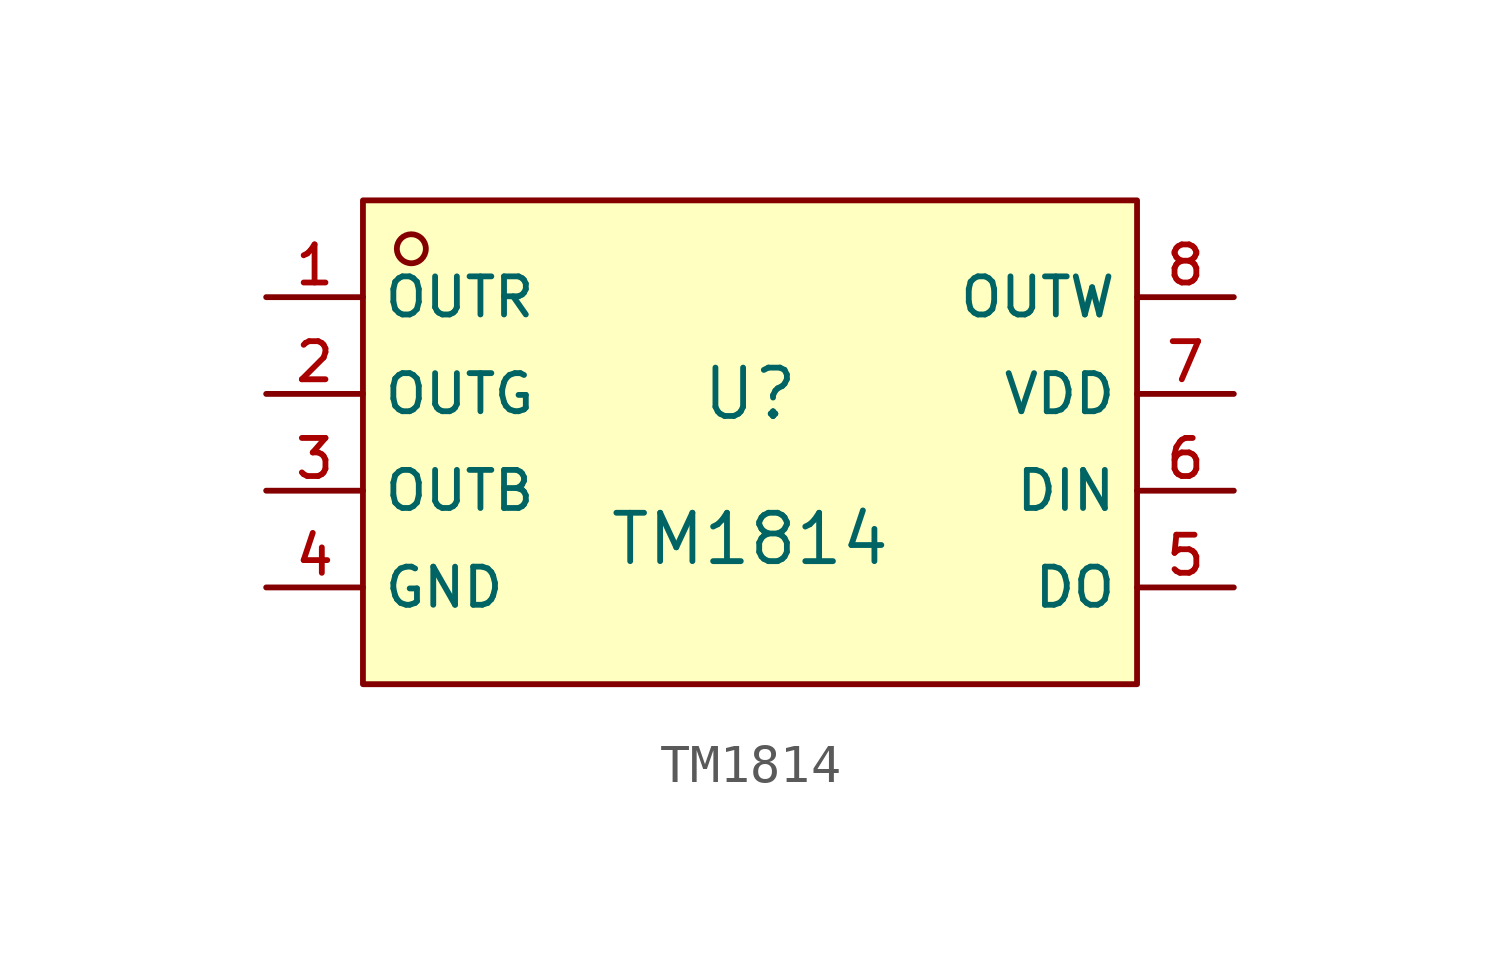
<source format=kicad_sym>
(kicad_symbol_lib
  (version 20210201)
  (generator TousstNicolas/JLC2KiCad_lib)
  (symbol "TM1814"
    (property "Reference" "U"
      (at 0 1.27 0)
      (effects (font (size 1.27 1.27))))
    (property "Value" "TM1814"
      (at 0 -2.54 0)
      (effects (font (size 1.27 1.27))))
    (symbol "TM1814_0_1"
      (rectangle (start -10.16 6.35) (end 10.16 -6.35) (stroke (width 0) (type default) (color 0 0 0 0)) (fill (type background)))
      (circle (center -8.89 5.08) (radius 0.381) (stroke (width 0) (type default) (color 0 0 0 0)) (fill (type background)))
      (pin unspecified line (at -12.7 3.81 0) (length 2.54) (name "OUTR" (effects (font (size 1 1)))) (number "1" (effects (font (size 1 1)))))
      (pin unspecified line (at -12.7 1.27 0) (length 2.54) (name "OUTG" (effects (font (size 1 1)))) (number "2" (effects (font (size 1 1)))))
      (pin unspecified line (at -12.7 -1.27 0) (length 2.54) (name "OUTB" (effects (font (size 1 1)))) (number "3" (effects (font (size 1 1)))))
      (pin unspecified line (at -12.7 -3.81 0) (length 2.54) (name "GND" (effects (font (size 1 1)))) (number "4" (effects (font (size 1 1)))))
      (pin unspecified line (at 12.7 -3.81 180) (length 2.54) (name "DO" (effects (font (size 1 1)))) (number "5" (effects (font (size 1 1)))))
      (pin unspecified line (at 12.7 -1.27 180) (length 2.54) (name "DIN" (effects (font (size 1 1)))) (number "6" (effects (font (size 1 1)))))
      (pin unspecified line (at 12.7 1.27 180) (length 2.54) (name "VDD" (effects (font (size 1 1)))) (number "7" (effects (font (size 1 1)))))
      (pin unspecified line (at 12.7 3.81 180) (length 2.54) (name "OUTW" (effects (font (size 1 1)))) (number "8" (effects (font (size 1 1))))))))
</source>
